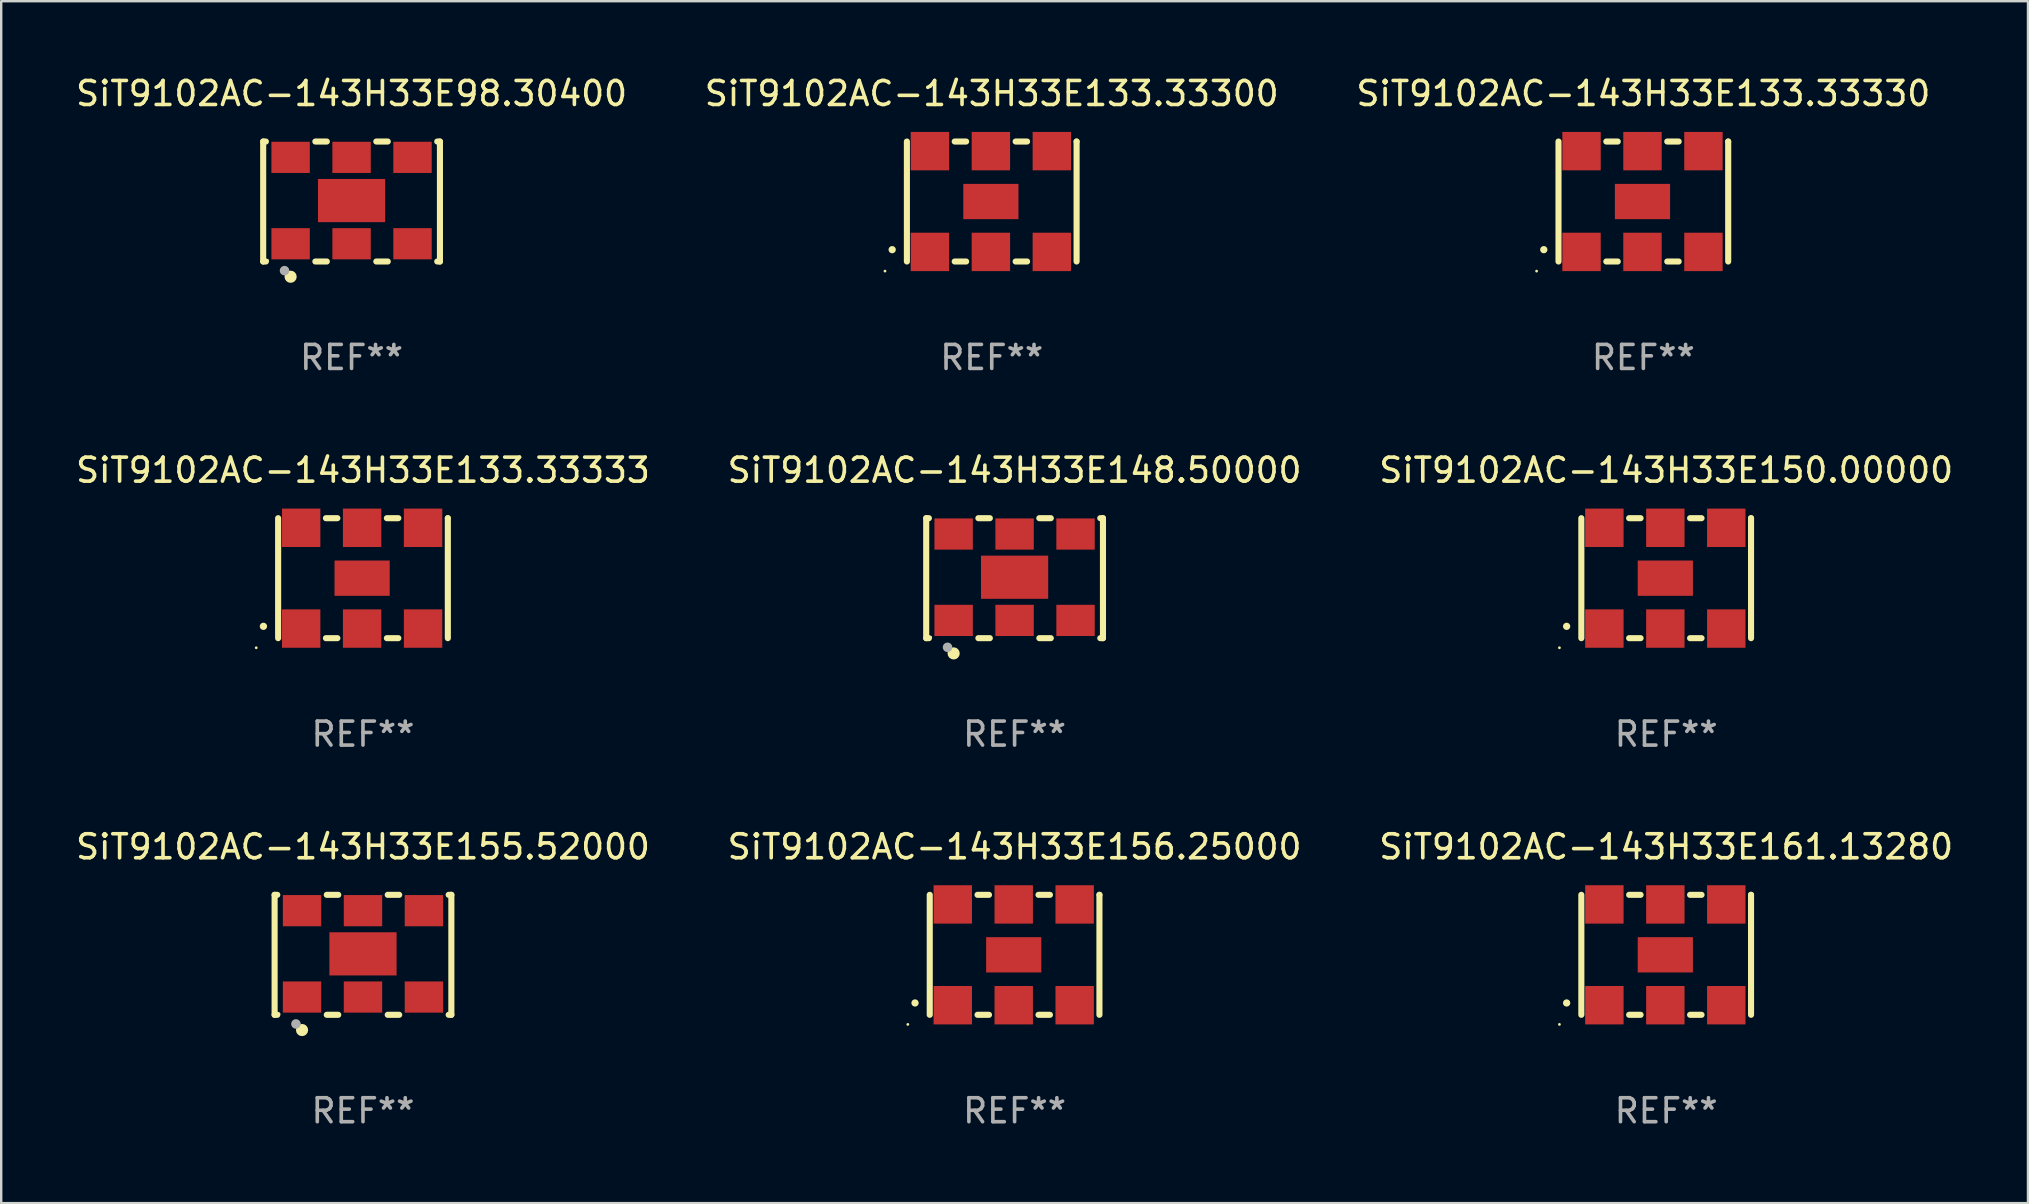
<source format=kicad_pcb>
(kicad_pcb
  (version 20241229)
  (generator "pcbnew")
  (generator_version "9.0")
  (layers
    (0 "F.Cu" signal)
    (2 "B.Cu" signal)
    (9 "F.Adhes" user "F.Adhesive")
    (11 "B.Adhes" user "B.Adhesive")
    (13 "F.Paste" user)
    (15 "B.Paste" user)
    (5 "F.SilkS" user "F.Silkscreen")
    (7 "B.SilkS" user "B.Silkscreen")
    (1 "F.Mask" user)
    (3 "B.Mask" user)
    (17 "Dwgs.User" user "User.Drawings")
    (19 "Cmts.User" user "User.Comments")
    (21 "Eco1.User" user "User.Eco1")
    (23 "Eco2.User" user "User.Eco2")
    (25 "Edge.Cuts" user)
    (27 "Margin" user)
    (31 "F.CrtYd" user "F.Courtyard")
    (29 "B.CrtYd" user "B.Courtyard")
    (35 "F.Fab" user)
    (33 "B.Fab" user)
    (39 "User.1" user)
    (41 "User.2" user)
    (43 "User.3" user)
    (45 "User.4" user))
  (footprint "SiT9102AC-143H33E156.25000"
    (layer "F.Cu")
    (at 39.232 36.741)
    (property "Reference" "SiT9102AC-143H33E156.25000" (at 0 -4.5 0) (layer "F.SilkS") (effects (font (size 1 1) (thickness 0.15))))
    (attr through_hole)
    (fp_line (start -3.536 -2.5) (end -3.536 2.5) (stroke (width 0.254) (type solid)) (layer "F.SilkS"))
    (fp_line (start -1.544 2.5) (end -1.067 2.5) (stroke (width 0.254) (type solid)) (layer "F.SilkS"))
    (fp_line (start -1.067 -2.5) (end -1.544 -2.5) (stroke (width 0.254) (type solid)) (layer "F.SilkS"))
    (fp_line (start 0.996 2.5) (end 1.473 2.5) (stroke (width 0.254) (type solid)) (layer "F.SilkS"))
    (fp_line (start 1.473 -2.5) (end 0.996 -2.5) (stroke (width 0.254) (type solid)) (layer "F.SilkS"))
    (fp_line (start 3.536 -2.5) (end 3.536 -2.5) (stroke (width 0.254) (type solid)) (layer "F.SilkS"))
    (fp_line (start 3.536 2.5) (end 3.536 -2.5) (stroke (width 0.254) (type solid)) (layer "F.SilkS"))
    (fp_arc (start -4.150432 2.006604) (mid -4.149162 2.006599) (end -4.147892 2.006604) (stroke (width 0.3) (type solid)) (layer "F.SilkS"))
    (fp_circle (center -4.449 2.9) (end -4.419 2.9) (stroke (width 0.06) (type solid)) (fill no) (layer "F.SilkS"))
    (fp_text user "REF**" (at 0 6.5 0) (layer "F.Fab") (effects (font (size 1 1) (thickness 0.15))))
    (pad "1" smd rect (at -2.576 2.1) (size 1.6 1.6) (layers "F.Cu" "F.Mask" "F.Paste"))
    (pad "2" smd rect (at -0.036 2.1) (size 1.6 1.6) (layers "F.Cu" "F.Mask" "F.Paste"))
    (pad "3" smd rect (at 2.504 2.1) (size 1.6 1.6) (layers "F.Cu" "F.Mask" "F.Paste"))
    (pad "4" smd rect (at 2.504 -2.1) (size 1.6 1.6) (layers "F.Cu" "F.Mask" "F.Paste"))
    (pad "5" smd rect (at -0.036 -2.1) (size 1.6 1.6) (layers "F.Cu" "F.Mask" "F.Paste"))
    (pad "6" smd rect (at -2.576 -2.1) (size 1.6 1.6) (layers "F.Cu" "F.Mask" "F.Paste"))
    (pad "7" smd rect (at -0.036 0) (size 2.3 1.47) (layers "F.Cu" "F.Mask" "F.Paste")))
  (footprint "SiT9102AC-143H33E133.33300"
    (layer "F.Cu")
    (at 38.28 5.348)
    (property "Reference" "SiT9102AC-143H33E133.33300" (at 0 -4.5 0) (layer "F.SilkS") (effects (font (size 1 1) (thickness 0.15))))
    (attr through_hole)
    (fp_line (start -3.536 -2.5) (end -3.536 2.5) (stroke (width 0.254) (type solid)) (layer "F.SilkS"))
    (fp_line (start -1.544 2.5) (end -1.067 2.5) (stroke (width 0.254) (type solid)) (layer "F.SilkS"))
    (fp_line (start -1.067 -2.5) (end -1.544 -2.5) (stroke (width 0.254) (type solid)) (layer "F.SilkS"))
    (fp_line (start 0.996 2.5) (end 1.473 2.5) (stroke (width 0.254) (type solid)) (layer "F.SilkS"))
    (fp_line (start 1.473 -2.5) (end 0.996 -2.5) (stroke (width 0.254) (type solid)) (layer "F.SilkS"))
    (fp_line (start 3.536 -2.5) (end 3.536 -2.5) (stroke (width 0.254) (type solid)) (layer "F.SilkS"))
    (fp_line (start 3.536 2.5) (end 3.536 -2.5) (stroke (width 0.254) (type solid)) (layer "F.SilkS"))
    (fp_arc (start -4.150432 2.006604) (mid -4.149162 2.006599) (end -4.147892 2.006604) (stroke (width 0.3) (type solid)) (layer "F.SilkS"))
    (fp_circle (center -4.449 2.9) (end -4.419 2.9) (stroke (width 0.06) (type solid)) (fill no) (layer "F.SilkS"))
    (fp_text user "REF**" (at 0 6.5 0) (layer "F.Fab") (effects (font (size 1 1) (thickness 0.15))))
    (pad "1" smd rect (at -2.576 2.1) (size 1.6 1.6) (layers "F.Cu" "F.Mask" "F.Paste"))
    (pad "2" smd rect (at -0.036 2.1) (size 1.6 1.6) (layers "F.Cu" "F.Mask" "F.Paste"))
    (pad "3" smd rect (at 2.504 2.1) (size 1.6 1.6) (layers "F.Cu" "F.Mask" "F.Paste"))
    (pad "4" smd rect (at 2.504 -2.1) (size 1.6 1.6) (layers "F.Cu" "F.Mask" "F.Paste"))
    (pad "5" smd rect (at -0.036 -2.1) (size 1.6 1.6) (layers "F.Cu" "F.Mask" "F.Paste"))
    (pad "6" smd rect (at -2.576 -2.1) (size 1.6 1.6) (layers "F.Cu" "F.Mask" "F.Paste"))
    (pad "7" smd rect (at -0.036 0) (size 2.3 1.47) (layers "F.Cu" "F.Mask" "F.Paste")))
  (footprint "SiT9102AC-143H33E161.13280"
    (layer "F.Cu")
    (at 66.387 36.741)
    (property "Reference" "SiT9102AC-143H33E161.13280" (at 0 -4.5 0) (layer "F.SilkS") (effects (font (size 1 1) (thickness 0.15))))
    (attr through_hole)
    (fp_line (start -3.536 -2.5) (end -3.536 2.5) (stroke (width 0.254) (type solid)) (layer "F.SilkS"))
    (fp_line (start -1.544 2.5) (end -1.067 2.5) (stroke (width 0.254) (type solid)) (layer "F.SilkS"))
    (fp_line (start -1.067 -2.5) (end -1.544 -2.5) (stroke (width 0.254) (type solid)) (layer "F.SilkS"))
    (fp_line (start 0.996 2.5) (end 1.473 2.5) (stroke (width 0.254) (type solid)) (layer "F.SilkS"))
    (fp_line (start 1.473 -2.5) (end 0.996 -2.5) (stroke (width 0.254) (type solid)) (layer "F.SilkS"))
    (fp_line (start 3.536 -2.5) (end 3.536 -2.5) (stroke (width 0.254) (type solid)) (layer "F.SilkS"))
    (fp_line (start 3.536 2.5) (end 3.536 -2.5) (stroke (width 0.254) (type solid)) (layer "F.SilkS"))
    (fp_arc (start -4.150432 2.006604) (mid -4.149162 2.006599) (end -4.147892 2.006604) (stroke (width 0.3) (type solid)) (layer "F.SilkS"))
    (fp_circle (center -4.449 2.9) (end -4.419 2.9) (stroke (width 0.06) (type solid)) (fill no) (layer "F.SilkS"))
    (fp_text user "REF**" (at 0 6.5 0) (layer "F.Fab") (effects (font (size 1 1) (thickness 0.15))))
    (pad "1" smd rect (at -2.576 2.1) (size 1.6 1.6) (layers "F.Cu" "F.Mask" "F.Paste"))
    (pad "2" smd rect (at -0.036 2.1) (size 1.6 1.6) (layers "F.Cu" "F.Mask" "F.Paste"))
    (pad "3" smd rect (at 2.504 2.1) (size 1.6 1.6) (layers "F.Cu" "F.Mask" "F.Paste"))
    (pad "4" smd rect (at 2.504 -2.1) (size 1.6 1.6) (layers "F.Cu" "F.Mask" "F.Paste"))
    (pad "5" smd rect (at -0.036 -2.1) (size 1.6 1.6) (layers "F.Cu" "F.Mask" "F.Paste"))
    (pad "6" smd rect (at -2.576 -2.1) (size 1.6 1.6) (layers "F.Cu" "F.Mask" "F.Paste"))
    (pad "7" smd rect (at -0.036 0) (size 2.3 1.47) (layers "F.Cu" "F.Mask" "F.Paste")))
  (footprint "SiT9102AC-143H33E150.00000"
    (layer "F.Cu")
    (at 66.387 21.045)
    (property "Reference" "SiT9102AC-143H33E150.00000" (at 0 -4.5 0) (layer "F.SilkS") (effects (font (size 1 1) (thickness 0.15))))
    (attr through_hole)
    (fp_line (start -3.536 -2.5) (end -3.536 2.5) (stroke (width 0.254) (type solid)) (layer "F.SilkS"))
    (fp_line (start -1.544 2.5) (end -1.067 2.5) (stroke (width 0.254) (type solid)) (layer "F.SilkS"))
    (fp_line (start -1.067 -2.5) (end -1.544 -2.5) (stroke (width 0.254) (type solid)) (layer "F.SilkS"))
    (fp_line (start 0.996 2.5) (end 1.473 2.5) (stroke (width 0.254) (type solid)) (layer "F.SilkS"))
    (fp_line (start 1.473 -2.5) (end 0.996 -2.5) (stroke (width 0.254) (type solid)) (layer "F.SilkS"))
    (fp_line (start 3.536 -2.5) (end 3.536 -2.5) (stroke (width 0.254) (type solid)) (layer "F.SilkS"))
    (fp_line (start 3.536 2.5) (end 3.536 -2.5) (stroke (width 0.254) (type solid)) (layer "F.SilkS"))
    (fp_arc (start -4.150432 2.006604) (mid -4.149162 2.006599) (end -4.147892 2.006604) (stroke (width 0.3) (type solid)) (layer "F.SilkS"))
    (fp_circle (center -4.449 2.9) (end -4.419 2.9) (stroke (width 0.06) (type solid)) (fill no) (layer "F.SilkS"))
    (fp_text user "REF**" (at 0 6.5 0) (layer "F.Fab") (effects (font (size 1 1) (thickness 0.15))))
    (pad "1" smd rect (at -2.576 2.1) (size 1.6 1.6) (layers "F.Cu" "F.Mask" "F.Paste"))
    (pad "2" smd rect (at -0.036 2.1) (size 1.6 1.6) (layers "F.Cu" "F.Mask" "F.Paste"))
    (pad "3" smd rect (at 2.504 2.1) (size 1.6 1.6) (layers "F.Cu" "F.Mask" "F.Paste"))
    (pad "4" smd rect (at 2.504 -2.1) (size 1.6 1.6) (layers "F.Cu" "F.Mask" "F.Paste"))
    (pad "5" smd rect (at -0.036 -2.1) (size 1.6 1.6) (layers "F.Cu" "F.Mask" "F.Paste"))
    (pad "6" smd rect (at -2.576 -2.1) (size 1.6 1.6) (layers "F.Cu" "F.Mask" "F.Paste"))
    (pad "7" smd rect (at -0.036 0) (size 2.3 1.47) (layers "F.Cu" "F.Mask" "F.Paste")))
  (footprint "SiT9102AC-143H33E98.30400"
    (layer "F.Cu")
    (at 11.601 5.348)
    (property "Reference" "SiT9102AC-143H33E98.30400" (at 0 -4.5 0) (layer "F.SilkS") (effects (font (size 1 1) (thickness 0.15))))
    (attr through_hole)
    (fp_line (start -3.683 -2.5) (end -3.571 -2.5) (stroke (width 0.254) (type solid)) (layer "F.SilkS"))
    (fp_line (start -3.683 2.5) (end -3.683 -2.5) (stroke (width 0.254) (type solid)) (layer "F.SilkS"))
    (fp_line (start -3.683 2.5) (end -3.571 2.5) (stroke (width 0.254) (type solid)) (layer "F.SilkS"))
    (fp_line (start -1.509 -2.5) (end -1.031 -2.5) (stroke (width 0.254) (type solid)) (layer "F.SilkS"))
    (fp_line (start -1.509 2.5) (end -1.031 2.5) (stroke (width 0.254) (type solid)) (layer "F.SilkS"))
    (fp_line (start 1.031 -2.5) (end 1.509 -2.5) (stroke (width 0.254) (type solid)) (layer "F.SilkS"))
    (fp_line (start 1.031 2.5) (end 1.509 2.5) (stroke (width 0.254) (type solid)) (layer "F.SilkS"))
    (fp_line (start 3.571 -2.5) (end 3.683 -2.5) (stroke (width 0.254) (type solid)) (layer "F.SilkS"))
    (fp_line (start 3.571 2.5) (end 3.683 2.5) (stroke (width 0.254) (type solid)) (layer "F.SilkS"))
    (fp_line (start 3.683 2.5) (end 3.683 -2.5) (stroke (width 0.254) (type solid)) (layer "F.SilkS"))
    (fp_circle (center -3.5 2.46) (end -3.47 2.46) (stroke (width 0.06) (type solid)) (fill no) (layer "F.SilkS"))
    (fp_circle (center -2.54 3.135) (end -2.413 3.135) (stroke (width 0.254) (type solid)) (fill no) (layer "F.SilkS"))
    (fp_circle (center -2.794 2.881) (end -2.694 2.881) (stroke (width 0.2) (type solid)) (fill no) (layer "F.Fab"))
    (fp_text user "REF**" (at 0 6.5 0) (layer "F.Fab") (effects (font (size 1 1) (thickness 0.15))))
    (pad "1" smd rect (at -2.54 1.76) (size 1.6 1.3) (layers "F.Cu" "F.Mask" "F.Paste"))
    (pad "2" smd rect (at 0 1.76) (size 1.6 1.3) (layers "F.Cu" "F.Mask" "F.Paste"))
    (pad "3" smd rect (at 2.54 1.76) (size 1.6 1.3) (layers "F.Cu" "F.Mask" "F.Paste"))
    (pad "4" smd rect (at 2.54 -1.84) (size 1.6 1.3) (layers "F.Cu" "F.Mask" "F.Paste"))
    (pad "5" smd rect (at 0 -1.84) (size 1.6 1.3) (layers "F.Cu" "F.Mask" "F.Paste"))
    (pad "6" smd rect (at -2.54 -1.84) (size 1.6 1.3) (layers "F.Cu" "F.Mask" "F.Paste"))
    (pad "7" smd rect (at 0 -0.04) (size 2.8 1.8) (layers "F.Cu" "F.Mask" "F.Paste")))
  (footprint "SiT9102AC-143H33E133.33330"
    (layer "F.Cu")
    (at 65.435 5.348)
    (property "Reference" "SiT9102AC-143H33E133.33330" (at 0 -4.5 0) (layer "F.SilkS") (effects (font (size 1 1) (thickness 0.15))))
    (attr through_hole)
    (fp_line (start -3.536 -2.5) (end -3.536 2.5) (stroke (width 0.254) (type solid)) (layer "F.SilkS"))
    (fp_line (start -1.544 2.5) (end -1.067 2.5) (stroke (width 0.254) (type solid)) (layer "F.SilkS"))
    (fp_line (start -1.067 -2.5) (end -1.544 -2.5) (stroke (width 0.254) (type solid)) (layer "F.SilkS"))
    (fp_line (start 0.996 2.5) (end 1.473 2.5) (stroke (width 0.254) (type solid)) (layer "F.SilkS"))
    (fp_line (start 1.473 -2.5) (end 0.996 -2.5) (stroke (width 0.254) (type solid)) (layer "F.SilkS"))
    (fp_line (start 3.536 -2.5) (end 3.536 -2.5) (stroke (width 0.254) (type solid)) (layer "F.SilkS"))
    (fp_line (start 3.536 2.5) (end 3.536 -2.5) (stroke (width 0.254) (type solid)) (layer "F.SilkS"))
    (fp_arc (start -4.150432 2.006604) (mid -4.149162 2.006599) (end -4.147892 2.006604) (stroke (width 0.3) (type solid)) (layer "F.SilkS"))
    (fp_circle (center -4.449 2.9) (end -4.419 2.9) (stroke (width 0.06) (type solid)) (fill no) (layer "F.SilkS"))
    (fp_text user "REF**" (at 0 6.5 0) (layer "F.Fab") (effects (font (size 1 1) (thickness 0.15))))
    (pad "1" smd rect (at -2.576 2.1) (size 1.6 1.6) (layers "F.Cu" "F.Mask" "F.Paste"))
    (pad "2" smd rect (at -0.036 2.1) (size 1.6 1.6) (layers "F.Cu" "F.Mask" "F.Paste"))
    (pad "3" smd rect (at 2.504 2.1) (size 1.6 1.6) (layers "F.Cu" "F.Mask" "F.Paste"))
    (pad "4" smd rect (at 2.504 -2.1) (size 1.6 1.6) (layers "F.Cu" "F.Mask" "F.Paste"))
    (pad "5" smd rect (at -0.036 -2.1) (size 1.6 1.6) (layers "F.Cu" "F.Mask" "F.Paste"))
    (pad "6" smd rect (at -2.576 -2.1) (size 1.6 1.6) (layers "F.Cu" "F.Mask" "F.Paste"))
    (pad "7" smd rect (at -0.036 0) (size 2.3 1.47) (layers "F.Cu" "F.Mask" "F.Paste")))
  (footprint "SiT9102AC-143H33E133.33333"
    (layer "F.Cu")
    (at 12.077 21.045)
    (property "Reference" "SiT9102AC-143H33E133.33333" (at 0 -4.5 0) (layer "F.SilkS") (effects (font (size 1 1) (thickness 0.15))))
    (attr through_hole)
    (fp_line (start -3.536 -2.5) (end -3.536 2.5) (stroke (width 0.254) (type solid)) (layer "F.SilkS"))
    (fp_line (start -1.544 2.5) (end -1.067 2.5) (stroke (width 0.254) (type solid)) (layer "F.SilkS"))
    (fp_line (start -1.067 -2.5) (end -1.544 -2.5) (stroke (width 0.254) (type solid)) (layer "F.SilkS"))
    (fp_line (start 0.996 2.5) (end 1.473 2.5) (stroke (width 0.254) (type solid)) (layer "F.SilkS"))
    (fp_line (start 1.473 -2.5) (end 0.996 -2.5) (stroke (width 0.254) (type solid)) (layer "F.SilkS"))
    (fp_line (start 3.536 -2.5) (end 3.536 -2.5) (stroke (width 0.254) (type solid)) (layer "F.SilkS"))
    (fp_line (start 3.536 2.5) (end 3.536 -2.5) (stroke (width 0.254) (type solid)) (layer "F.SilkS"))
    (fp_arc (start -4.150432 2.006604) (mid -4.149162 2.006599) (end -4.147892 2.006604) (stroke (width 0.3) (type solid)) (layer "F.SilkS"))
    (fp_circle (center -4.449 2.9) (end -4.419 2.9) (stroke (width 0.06) (type solid)) (fill no) (layer "F.SilkS"))
    (fp_text user "REF**" (at 0 6.5 0) (layer "F.Fab") (effects (font (size 1 1) (thickness 0.15))))
    (pad "1" smd rect (at -2.576 2.1) (size 1.6 1.6) (layers "F.Cu" "F.Mask" "F.Paste"))
    (pad "2" smd rect (at -0.036 2.1) (size 1.6 1.6) (layers "F.Cu" "F.Mask" "F.Paste"))
    (pad "3" smd rect (at 2.504 2.1) (size 1.6 1.6) (layers "F.Cu" "F.Mask" "F.Paste"))
    (pad "4" smd rect (at 2.504 -2.1) (size 1.6 1.6) (layers "F.Cu" "F.Mask" "F.Paste"))
    (pad "5" smd rect (at -0.036 -2.1) (size 1.6 1.6) (layers "F.Cu" "F.Mask" "F.Paste"))
    (pad "6" smd rect (at -2.576 -2.1) (size 1.6 1.6) (layers "F.Cu" "F.Mask" "F.Paste"))
    (pad "7" smd rect (at -0.036 0) (size 2.3 1.47) (layers "F.Cu" "F.Mask" "F.Paste")))
  (footprint "SiT9102AC-143H33E148.50000"
    (layer "F.Cu")
    (at 39.232 21.045)
    (property "Reference" "SiT9102AC-143H33E148.50000" (at 0 -4.5 0) (layer "F.SilkS") (effects (font (size 1 1) (thickness 0.15))))
    (attr through_hole)
    (fp_line (start -3.683 -2.5) (end -3.571 -2.5) (stroke (width 0.254) (type solid)) (layer "F.SilkS"))
    (fp_line (start -3.683 2.5) (end -3.683 -2.5) (stroke (width 0.254) (type solid)) (layer "F.SilkS"))
    (fp_line (start -3.683 2.5) (end -3.571 2.5) (stroke (width 0.254) (type solid)) (layer "F.SilkS"))
    (fp_line (start -1.509 -2.5) (end -1.031 -2.5) (stroke (width 0.254) (type solid)) (layer "F.SilkS"))
    (fp_line (start -1.509 2.5) (end -1.031 2.5) (stroke (width 0.254) (type solid)) (layer "F.SilkS"))
    (fp_line (start 1.031 -2.5) (end 1.509 -2.5) (stroke (width 0.254) (type solid)) (layer "F.SilkS"))
    (fp_line (start 1.031 2.5) (end 1.509 2.5) (stroke (width 0.254) (type solid)) (layer "F.SilkS"))
    (fp_line (start 3.571 -2.5) (end 3.683 -2.5) (stroke (width 0.254) (type solid)) (layer "F.SilkS"))
    (fp_line (start 3.571 2.5) (end 3.683 2.5) (stroke (width 0.254) (type solid)) (layer "F.SilkS"))
    (fp_line (start 3.683 2.5) (end 3.683 -2.5) (stroke (width 0.254) (type solid)) (layer "F.SilkS"))
    (fp_circle (center -3.5 2.46) (end -3.47 2.46) (stroke (width 0.06) (type solid)) (fill no) (layer "F.SilkS"))
    (fp_circle (center -2.54 3.135) (end -2.413 3.135) (stroke (width 0.254) (type solid)) (fill no) (layer "F.SilkS"))
    (fp_circle (center -2.794 2.881) (end -2.694 2.881) (stroke (width 0.2) (type solid)) (fill no) (layer "F.Fab"))
    (fp_text user "REF**" (at 0 6.5 0) (layer "F.Fab") (effects (font (size 1 1) (thickness 0.15))))
    (pad "1" smd rect (at -2.54 1.76) (size 1.6 1.3) (layers "F.Cu" "F.Mask" "F.Paste"))
    (pad "2" smd rect (at 0 1.76) (size 1.6 1.3) (layers "F.Cu" "F.Mask" "F.Paste"))
    (pad "3" smd rect (at 2.54 1.76) (size 1.6 1.3) (layers "F.Cu" "F.Mask" "F.Paste"))
    (pad "4" smd rect (at 2.54 -1.84) (size 1.6 1.3) (layers "F.Cu" "F.Mask" "F.Paste"))
    (pad "5" smd rect (at 0 -1.84) (size 1.6 1.3) (layers "F.Cu" "F.Mask" "F.Paste"))
    (pad "6" smd rect (at -2.54 -1.84) (size 1.6 1.3) (layers "F.Cu" "F.Mask" "F.Paste"))
    (pad "7" smd rect (at 0 -0.04) (size 2.8 1.8) (layers "F.Cu" "F.Mask" "F.Paste")))
  (footprint "SiT9102AC-143H33E155.52000"
    (layer "F.Cu")
    (at 12.077 36.741)
    (property "Reference" "SiT9102AC-143H33E155.52000" (at 0 -4.5 0) (layer "F.SilkS") (effects (font (size 1 1) (thickness 0.15))))
    (attr through_hole)
    (fp_line (start -3.683 -2.5) (end -3.571 -2.5) (stroke (width 0.254) (type solid)) (layer "F.SilkS"))
    (fp_line (start -3.683 2.5) (end -3.683 -2.5) (stroke (width 0.254) (type solid)) (layer "F.SilkS"))
    (fp_line (start -3.683 2.5) (end -3.571 2.5) (stroke (width 0.254) (type solid)) (layer "F.SilkS"))
    (fp_line (start -1.509 -2.5) (end -1.031 -2.5) (stroke (width 0.254) (type solid)) (layer "F.SilkS"))
    (fp_line (start -1.509 2.5) (end -1.031 2.5) (stroke (width 0.254) (type solid)) (layer "F.SilkS"))
    (fp_line (start 1.031 -2.5) (end 1.509 -2.5) (stroke (width 0.254) (type solid)) (layer "F.SilkS"))
    (fp_line (start 1.031 2.5) (end 1.509 2.5) (stroke (width 0.254) (type solid)) (layer "F.SilkS"))
    (fp_line (start 3.571 -2.5) (end 3.683 -2.5) (stroke (width 0.254) (type solid)) (layer "F.SilkS"))
    (fp_line (start 3.571 2.5) (end 3.683 2.5) (stroke (width 0.254) (type solid)) (layer "F.SilkS"))
    (fp_line (start 3.683 2.5) (end 3.683 -2.5) (stroke (width 0.254) (type solid)) (layer "F.SilkS"))
    (fp_circle (center -3.5 2.46) (end -3.47 2.46) (stroke (width 0.06) (type solid)) (fill no) (layer "F.SilkS"))
    (fp_circle (center -2.54 3.135) (end -2.413 3.135) (stroke (width 0.254) (type solid)) (fill no) (layer "F.SilkS"))
    (fp_circle (center -2.794 2.881) (end -2.694 2.881) (stroke (width 0.2) (type solid)) (fill no) (layer "F.Fab"))
    (fp_text user "REF**" (at 0 6.5 0) (layer "F.Fab") (effects (font (size 1 1) (thickness 0.15))))
    (pad "1" smd rect (at -2.54 1.76) (size 1.6 1.3) (layers "F.Cu" "F.Mask" "F.Paste"))
    (pad "2" smd rect (at 0 1.76) (size 1.6 1.3) (layers "F.Cu" "F.Mask" "F.Paste"))
    (pad "3" smd rect (at 2.54 1.76) (size 1.6 1.3) (layers "F.Cu" "F.Mask" "F.Paste"))
    (pad "4" smd rect (at 2.54 -1.84) (size 1.6 1.3) (layers "F.Cu" "F.Mask" "F.Paste"))
    (pad "5" smd rect (at 0 -1.84) (size 1.6 1.3) (layers "F.Cu" "F.Mask" "F.Paste"))
    (pad "6" smd rect (at -2.54 -1.84) (size 1.6 1.3) (layers "F.Cu" "F.Mask" "F.Paste"))
    (pad "7" smd rect (at 0 -0.04) (size 2.8 1.8) (layers "F.Cu" "F.Mask" "F.Paste")))
  (gr_rect
    (start -3 -3)
    (end 81.464 47.09)
    (stroke (width 0.1) (type default))
    (fill no)
    (layer "Edge.Cuts")))
</source>
